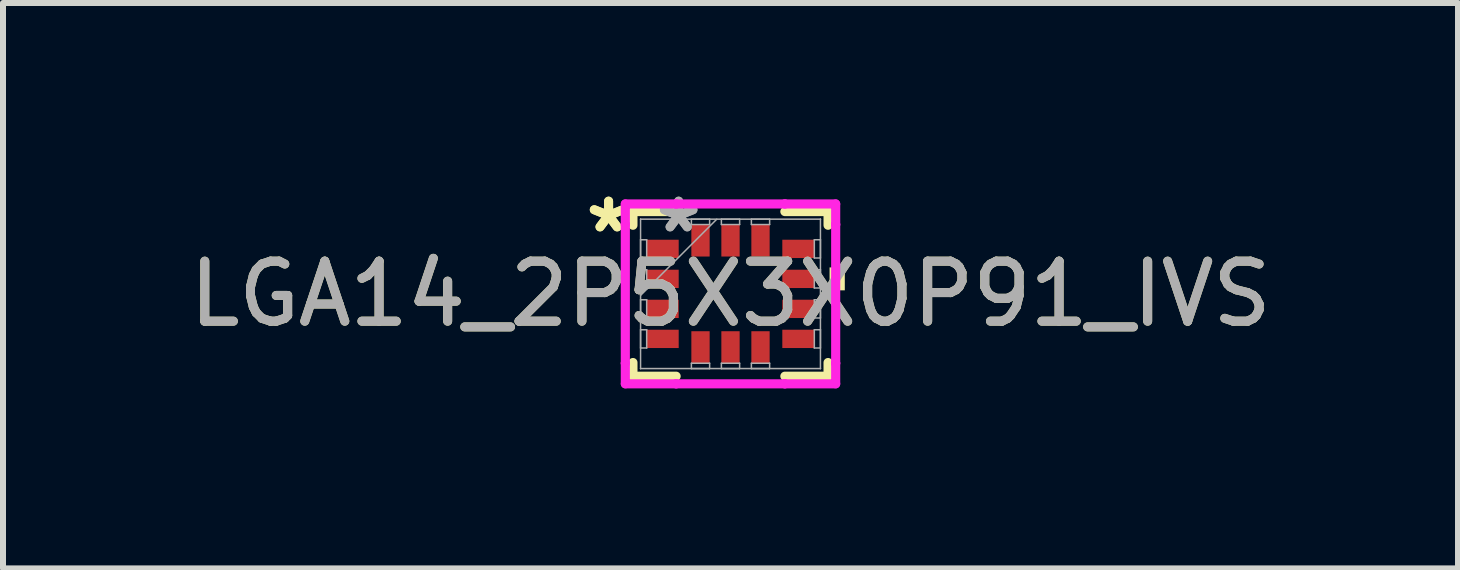
<source format=kicad_pcb>
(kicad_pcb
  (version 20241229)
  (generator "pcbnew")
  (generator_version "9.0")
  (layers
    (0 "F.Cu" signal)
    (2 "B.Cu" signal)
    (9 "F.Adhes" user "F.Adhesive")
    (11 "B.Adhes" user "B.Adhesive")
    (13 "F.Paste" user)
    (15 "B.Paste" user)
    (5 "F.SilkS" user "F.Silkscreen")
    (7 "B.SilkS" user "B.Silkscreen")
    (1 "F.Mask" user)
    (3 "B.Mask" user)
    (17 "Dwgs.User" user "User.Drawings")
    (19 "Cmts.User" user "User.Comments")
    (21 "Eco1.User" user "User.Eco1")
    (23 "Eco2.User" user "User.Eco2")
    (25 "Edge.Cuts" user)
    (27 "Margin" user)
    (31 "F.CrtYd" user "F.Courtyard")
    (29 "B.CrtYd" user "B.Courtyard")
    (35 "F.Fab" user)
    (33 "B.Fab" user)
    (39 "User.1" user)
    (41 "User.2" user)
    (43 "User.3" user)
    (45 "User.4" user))
  (footprint "LGA14_2P5X3X0P91_IVS"
    (layer "F.Cu")
    (at 9.125 1.848)
    (property "Reference" "LGA14_2P5X3X0P91_IVS" (at 0 0 0) (unlocked yes) (layer "F.SilkS") (effects (font (size 1 1) (thickness 0.15))))
    (attr smd)
    (fp_line (start -1.626 -1.372) (end -1.626 -1.144) (stroke (width 0.152) (type solid)) (layer "F.SilkS"))
    (fp_line (start -1.626 1.144) (end -1.626 1.372) (stroke (width 0.152) (type solid)) (layer "F.SilkS"))
    (fp_line (start -1.626 1.372) (end -0.906 1.372) (stroke (width 0.152) (type solid)) (layer "F.SilkS"))
    (fp_line (start -0.906 -1.372) (end -1.626 -1.372) (stroke (width 0.152) (type solid)) (layer "F.SilkS"))
    (fp_line (start 0.906 1.372) (end 1.626 1.372) (stroke (width 0.152) (type solid)) (layer "F.SilkS"))
    (fp_line (start 1.626 -1.372) (end 0.906 -1.372) (stroke (width 0.152) (type solid)) (layer "F.SilkS"))
    (fp_line (start 1.626 -1.144) (end 1.626 -1.372) (stroke (width 0.152) (type solid)) (layer "F.SilkS"))
    (fp_line (start 1.626 1.372) (end 1.626 1.144) (stroke (width 0.152) (type solid)) (layer "F.SilkS"))
    (fp_poly (pts (xy 1.905 -0.441) (xy 1.905 -0.059) (xy 1.651 -0.059) (xy 1.651 -0.441)) (stroke (width 0) (type solid)) (fill yes) (layer "F.SilkS"))
    (fp_line (start -1.753 -1.499) (end -0.906 -1.499) (stroke (width 0.152) (type solid)) (layer "F.CrtYd"))
    (fp_line (start -1.753 -1.156) (end -1.753 -1.499) (stroke (width 0.152) (type solid)) (layer "F.CrtYd"))
    (fp_line (start -1.753 -1.156) (end -1.753 -1.156) (stroke (width 0.152) (type solid)) (layer "F.CrtYd"))
    (fp_line (start -1.753 1.156) (end -1.753 -1.156) (stroke (width 0.152) (type solid)) (layer "F.CrtYd"))
    (fp_line (start -1.753 1.156) (end -1.753 1.156) (stroke (width 0.152) (type solid)) (layer "F.CrtYd"))
    (fp_line (start -1.753 1.499) (end -1.753 1.156) (stroke (width 0.152) (type solid)) (layer "F.CrtYd"))
    (fp_line (start -0.906 -1.499) (end -0.906 -1.499) (stroke (width 0.152) (type solid)) (layer "F.CrtYd"))
    (fp_line (start -0.906 -1.499) (end 0.906 -1.499) (stroke (width 0.152) (type solid)) (layer "F.CrtYd"))
    (fp_line (start -0.906 1.499) (end -1.753 1.499) (stroke (width 0.152) (type solid)) (layer "F.CrtYd"))
    (fp_line (start -0.906 1.499) (end -0.906 1.499) (stroke (width 0.152) (type solid)) (layer "F.CrtYd"))
    (fp_line (start 0.906 -1.499) (end 0.906 -1.499) (stroke (width 0.152) (type solid)) (layer "F.CrtYd"))
    (fp_line (start 0.906 -1.499) (end 1.753 -1.499) (stroke (width 0.152) (type solid)) (layer "F.CrtYd"))
    (fp_line (start 0.906 1.499) (end -0.906 1.499) (stroke (width 0.152) (type solid)) (layer "F.CrtYd"))
    (fp_line (start 0.906 1.499) (end 0.906 1.499) (stroke (width 0.152) (type solid)) (layer "F.CrtYd"))
    (fp_line (start 1.753 -1.499) (end 1.753 -1.156) (stroke (width 0.152) (type solid)) (layer "F.CrtYd"))
    (fp_line (start 1.753 -1.156) (end 1.753 -1.156) (stroke (width 0.152) (type solid)) (layer "F.CrtYd"))
    (fp_line (start 1.753 -1.156) (end 1.753 1.156) (stroke (width 0.152) (type solid)) (layer "F.CrtYd"))
    (fp_line (start 1.753 1.156) (end 1.753 1.156) (stroke (width 0.152) (type solid)) (layer "F.CrtYd"))
    (fp_line (start 1.753 1.156) (end 1.753 1.499) (stroke (width 0.152) (type solid)) (layer "F.CrtYd"))
    (fp_line (start 1.753 1.499) (end 0.906 1.499) (stroke (width 0.152) (type solid)) (layer "F.CrtYd"))
    (fp_line (start -1.499 -1.245) (end -1.499 -1.245) (stroke (width 0.025) (type solid)) (layer "F.Fab"))
    (fp_line (start -1.499 -1.245) (end -1.499 1.245) (stroke (width 0.025) (type solid)) (layer "F.Fab"))
    (fp_line (start -1.499 -0.902) (end -1.397 -0.902) (stroke (width 0.025) (type solid)) (layer "F.Fab"))
    (fp_line (start -1.499 -0.598) (end -1.499 -0.902) (stroke (width 0.025) (type solid)) (layer "F.Fab"))
    (fp_line (start -1.499 -0.402) (end -1.397 -0.402) (stroke (width 0.025) (type solid)) (layer "F.Fab"))
    (fp_line (start -1.499 -0.098) (end -1.499 -0.402) (stroke (width 0.025) (type solid)) (layer "F.Fab"))
    (fp_line (start -1.499 0.025) (end -0.229 -1.245) (stroke (width 0.025) (type solid)) (layer "F.Fab"))
    (fp_line (start -1.499 0.098) (end -1.397 0.098) (stroke (width 0.025) (type solid)) (layer "F.Fab"))
    (fp_line (start -1.499 0.402) (end -1.499 0.098) (stroke (width 0.025) (type solid)) (layer "F.Fab"))
    (fp_line (start -1.499 0.598) (end -1.397 0.598) (stroke (width 0.025) (type solid)) (layer "F.Fab"))
    (fp_line (start -1.499 0.902) (end -1.499 0.598) (stroke (width 0.025) (type solid)) (layer "F.Fab"))
    (fp_line (start -1.499 1.245) (end -1.499 1.245) (stroke (width 0.025) (type solid)) (layer "F.Fab"))
    (fp_line (start -1.499 1.245) (end 1.499 1.245) (stroke (width 0.025) (type solid)) (layer "F.Fab"))
    (fp_line (start -1.397 -0.902) (end -1.397 -0.598) (stroke (width 0.025) (type solid)) (layer "F.Fab"))
    (fp_line (start -1.397 -0.598) (end -1.499 -0.598) (stroke (width 0.025) (type solid)) (layer "F.Fab"))
    (fp_line (start -1.397 -0.402) (end -1.397 -0.098) (stroke (width 0.025) (type solid)) (layer "F.Fab"))
    (fp_line (start -1.397 -0.098) (end -1.499 -0.098) (stroke (width 0.025) (type solid)) (layer "F.Fab"))
    (fp_line (start -1.397 0.098) (end -1.397 0.402) (stroke (width 0.025) (type solid)) (layer "F.Fab"))
    (fp_line (start -1.397 0.402) (end -1.499 0.402) (stroke (width 0.025) (type solid)) (layer "F.Fab"))
    (fp_line (start -1.397 0.598) (end -1.397 0.902) (stroke (width 0.025) (type solid)) (layer "F.Fab"))
    (fp_line (start -1.397 0.902) (end -1.499 0.902) (stroke (width 0.025) (type solid)) (layer "F.Fab"))
    (fp_line (start -0.652 -1.245) (end -0.348 -1.245) (stroke (width 0.025) (type solid)) (layer "F.Fab"))
    (fp_line (start -0.652 -1.156) (end -0.652 -1.245) (stroke (width 0.025) (type solid)) (layer "F.Fab"))
    (fp_line (start -0.652 1.156) (end -0.348 1.156) (stroke (width 0.025) (type solid)) (layer "F.Fab"))
    (fp_line (start -0.652 1.245) (end -0.652 1.156) (stroke (width 0.025) (type solid)) (layer "F.Fab"))
    (fp_line (start -0.348 -1.245) (end -0.348 -1.156) (stroke (width 0.025) (type solid)) (layer "F.Fab"))
    (fp_line (start -0.348 -1.156) (end -0.652 -1.156) (stroke (width 0.025) (type solid)) (layer "F.Fab"))
    (fp_line (start -0.348 1.156) (end -0.348 1.245) (stroke (width 0.025) (type solid)) (layer "F.Fab"))
    (fp_line (start -0.348 1.245) (end -0.652 1.245) (stroke (width 0.025) (type solid)) (layer "F.Fab"))
    (fp_line (start -0.152 -1.245) (end 0.152 -1.245) (stroke (width 0.025) (type solid)) (layer "F.Fab"))
    (fp_line (start -0.152 -1.156) (end -0.152 -1.245) (stroke (width 0.025) (type solid)) (layer "F.Fab"))
    (fp_line (start -0.152 1.156) (end 0.152 1.156) (stroke (width 0.025) (type solid)) (layer "F.Fab"))
    (fp_line (start -0.152 1.245) (end -0.152 1.156) (stroke (width 0.025) (type solid)) (layer "F.Fab"))
    (fp_line (start 0.152 -1.245) (end 0.152 -1.156) (stroke (width 0.025) (type solid)) (layer "F.Fab"))
    (fp_line (start 0.152 -1.156) (end -0.152 -1.156) (stroke (width 0.025) (type solid)) (layer "F.Fab"))
    (fp_line (start 0.152 1.156) (end 0.152 1.245) (stroke (width 0.025) (type solid)) (layer "F.Fab"))
    (fp_line (start 0.152 1.245) (end -0.152 1.245) (stroke (width 0.025) (type solid)) (layer "F.Fab"))
    (fp_line (start 0.348 -1.245) (end 0.652 -1.245) (stroke (width 0.025) (type solid)) (layer "F.Fab"))
    (fp_line (start 0.348 -1.156) (end 0.348 -1.245) (stroke (width 0.025) (type solid)) (layer "F.Fab"))
    (fp_line (start 0.348 1.156) (end 0.652 1.156) (stroke (width 0.025) (type solid)) (layer "F.Fab"))
    (fp_line (start 0.348 1.245) (end 0.348 1.156) (stroke (width 0.025) (type solid)) (layer "F.Fab"))
    (fp_line (start 0.652 -1.245) (end 0.652 -1.156) (stroke (width 0.025) (type solid)) (layer "F.Fab"))
    (fp_line (start 0.652 -1.156) (end 0.348 -1.156) (stroke (width 0.025) (type solid)) (layer "F.Fab"))
    (fp_line (start 0.652 1.156) (end 0.652 1.245) (stroke (width 0.025) (type solid)) (layer "F.Fab"))
    (fp_line (start 0.652 1.245) (end 0.348 1.245) (stroke (width 0.025) (type solid)) (layer "F.Fab"))
    (fp_line (start 1.397 -0.902) (end 1.499 -0.902) (stroke (width 0.025) (type solid)) (layer "F.Fab"))
    (fp_line (start 1.397 -0.598) (end 1.397 -0.902) (stroke (width 0.025) (type solid)) (layer "F.Fab"))
    (fp_line (start 1.397 -0.402) (end 1.499 -0.402) (stroke (width 0.025) (type solid)) (layer "F.Fab"))
    (fp_line (start 1.397 -0.098) (end 1.397 -0.402) (stroke (width 0.025) (type solid)) (layer "F.Fab"))
    (fp_line (start 1.397 0.098) (end 1.499 0.098) (stroke (width 0.025) (type solid)) (layer "F.Fab"))
    (fp_line (start 1.397 0.402) (end 1.397 0.098) (stroke (width 0.025) (type solid)) (layer "F.Fab"))
    (fp_line (start 1.397 0.598) (end 1.499 0.598) (stroke (width 0.025) (type solid)) (layer "F.Fab"))
    (fp_line (start 1.397 0.902) (end 1.397 0.598) (stroke (width 0.025) (type solid)) (layer "F.Fab"))
    (fp_line (start 1.499 -1.245) (end -1.499 -1.245) (stroke (width 0.025) (type solid)) (layer "F.Fab"))
    (fp_line (start 1.499 -1.245) (end 1.499 -1.245) (stroke (width 0.025) (type solid)) (layer "F.Fab"))
    (fp_line (start 1.499 -0.902) (end 1.499 -0.598) (stroke (width 0.025) (type solid)) (layer "F.Fab"))
    (fp_line (start 1.499 -0.598) (end 1.397 -0.598) (stroke (width 0.025) (type solid)) (layer "F.Fab"))
    (fp_line (start 1.499 -0.402) (end 1.499 -0.098) (stroke (width 0.025) (type solid)) (layer "F.Fab"))
    (fp_line (start 1.499 -0.098) (end 1.397 -0.098) (stroke (width 0.025) (type solid)) (layer "F.Fab"))
    (fp_line (start 1.499 0.098) (end 1.499 0.402) (stroke (width 0.025) (type solid)) (layer "F.Fab"))
    (fp_line (start 1.499 0.402) (end 1.397 0.402) (stroke (width 0.025) (type solid)) (layer "F.Fab"))
    (fp_line (start 1.499 0.598) (end 1.499 0.902) (stroke (width 0.025) (type solid)) (layer "F.Fab"))
    (fp_line (start 1.499 0.902) (end 1.397 0.902) (stroke (width 0.025) (type solid)) (layer "F.Fab"))
    (fp_line (start 1.499 1.245) (end 1.499 -1.245) (stroke (width 0.025) (type solid)) (layer "F.Fab"))
    (fp_line (start 1.499 1.245) (end 1.499 1.245) (stroke (width 0.025) (type solid)) (layer "F.Fab"))
    (fp_text user "*" (at -2.032 -1 0) (layer "F.SilkS") (effects (font (size 1 1) (thickness 0.15))))
    (fp_text user "*" (at -2.032 -1 0) (unlocked yes) (layer "F.SilkS") (effects (font (size 1 1) (thickness 0.15))))
    (fp_text user "${REFERENCE}" (at 0 0 0) (unlocked yes) (layer "F.Fab") (effects (font (size 1 1) (thickness 0.15))))
    (fp_text user "*" (at -0.864 -1 0) (unlocked yes) (layer "F.Fab") (effects (font (size 1 1) (thickness 0.15))))
    (fp_text user "*" (at -0.864 -1 0) (layer "F.Fab") (effects (font (size 1 1) (thickness 0.15))))
    (pad "1" smd rect (at -1.13 -0.75 90) (size 0.305 0.533) (layers "F.Cu" "F.Mask" "F.Paste"))
    (pad "2" smd rect (at -1.13 -0.25 90) (size 0.305 0.533) (layers "F.Cu" "F.Mask" "F.Paste"))
    (pad "3" smd rect (at -1.13 0.25 90) (size 0.305 0.533) (layers "F.Cu" "F.Mask" "F.Paste"))
    (pad "4" smd rect (at -1.13 0.75 90) (size 0.305 0.533) (layers "F.Cu" "F.Mask" "F.Paste"))
    (pad "5" smd rect (at -0.5 0.889) (size 0.305 0.533) (layers "F.Cu" "F.Mask" "F.Paste"))
    (pad "6" smd rect (at 0 0.889) (size 0.305 0.533) (layers "F.Cu" "F.Mask" "F.Paste"))
    (pad "7" smd rect (at 0.5 0.889) (size 0.305 0.533) (layers "F.Cu" "F.Mask" "F.Paste"))
    (pad "8" smd rect (at 1.13 0.75 90) (size 0.305 0.533) (layers "F.Cu" "F.Mask" "F.Paste"))
    (pad "9" smd rect (at 1.13 0.25 90) (size 0.305 0.533) (layers "F.Cu" "F.Mask" "F.Paste"))
    (pad "10" smd rect (at 1.13 -0.25 90) (size 0.305 0.533) (layers "F.Cu" "F.Mask" "F.Paste"))
    (pad "11" smd rect (at 1.13 -0.75 90) (size 0.305 0.533) (layers "F.Cu" "F.Mask" "F.Paste"))
    (pad "12" smd rect (at 0.5 -0.889) (size 0.305 0.533) (layers "F.Cu" "F.Mask" "F.Paste"))
    (pad "13" smd rect (at 0 -0.889) (size 0.305 0.533) (layers "F.Cu" "F.Mask" "F.Paste"))
    (pad "14" smd rect (at -0.5 -0.889) (size 0.305 0.533) (layers "F.Cu" "F.Mask" "F.Paste")))
  (gr_rect
    (start -3 -3)
    (end 21.25 6.423)
    (stroke (width 0.1) (type default))
    (fill no)
    (layer "Edge.Cuts")))
</source>
